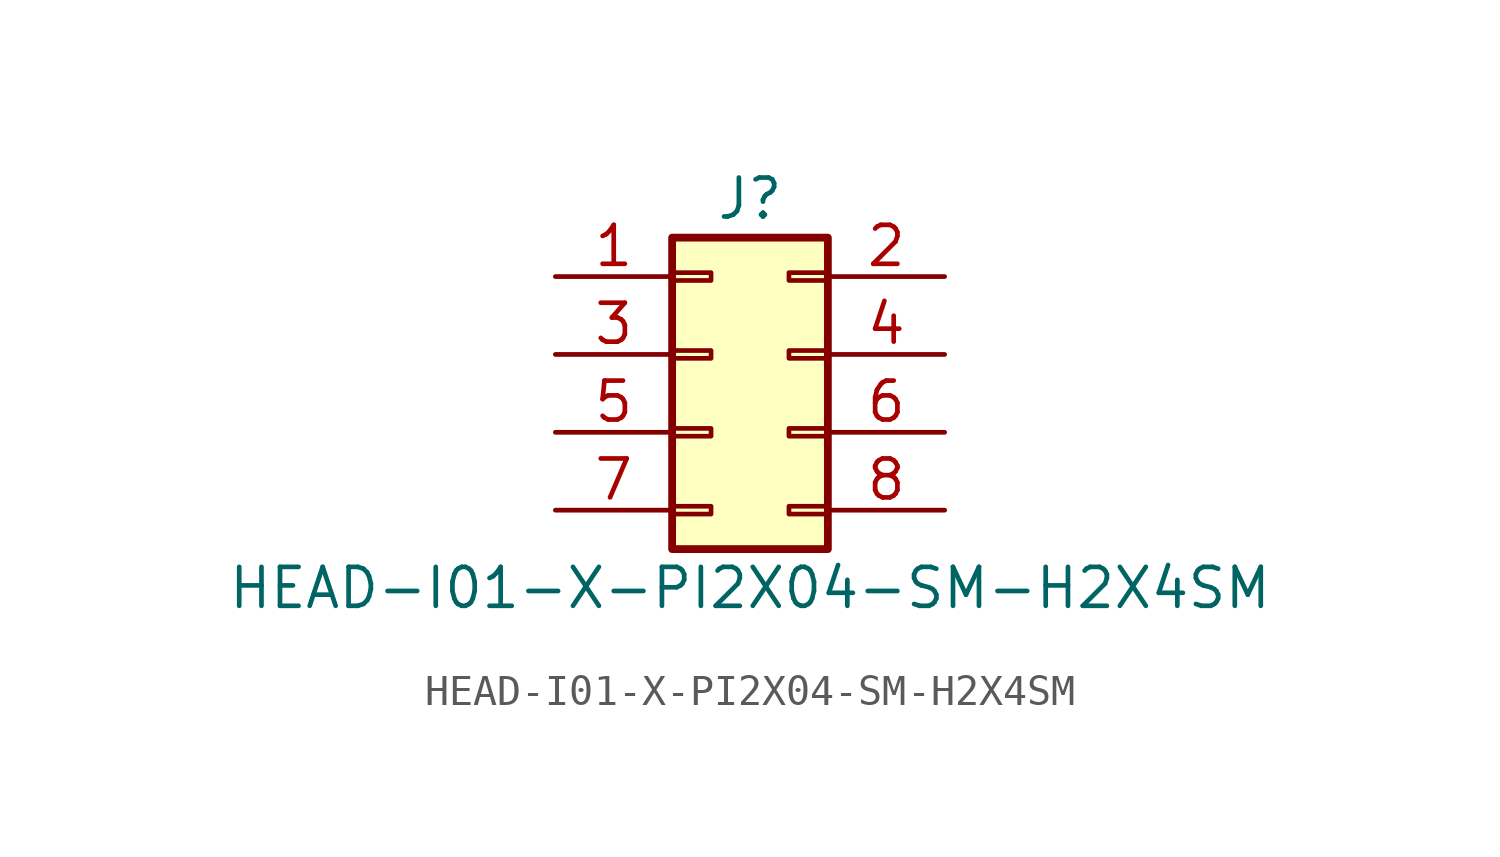
<source format=kicad_sym>
(kicad_symbol_lib
  (version 20211014)
  (generator kicad_symbol_editor)
  (symbol "HEAD-I01-X-PI2X04-SM-H2X4SM"
    (pin_names
      (offset 1.016) hide)
    (property "Reference" "J"
      (at 1.27 5.08 0)
      (effects (font (size 1.27 1.27))))
    (property "Value" "HEAD-I01-X-PI2X04-SM-H2X4SM"
      (at 1.27 -7.62 0)
      (effects (font (size 1.27 1.27))))
    (symbol "HEAD-I01-X-PI2X04-SM-H2X4SM_1_1"
      (rectangle (start -1.27 -4.953) (end 0 -5.207) (stroke (width 0.152) (type default) (color 0 0 0 0)) (fill (type none)))
      (rectangle (start -1.27 -2.413) (end 0 -2.667) (stroke (width 0.152) (type default) (color 0 0 0 0)) (fill (type none)))
      (rectangle (start -1.27 0.127) (end 0 -0.127) (stroke (width 0.152) (type default) (color 0 0 0 0)) (fill (type none)))
      (rectangle (start -1.27 2.667) (end 0 2.413) (stroke (width 0.152) (type default) (color 0 0 0 0)) (fill (type none)))
      (rectangle (start -1.27 3.81) (end 3.81 -6.35) (stroke (width 0.254) (type default) (color 0 0 0 0)) (fill (type background)))
      (rectangle (start 3.81 -4.953) (end 2.54 -5.207) (stroke (width 0.152) (type default) (color 0 0 0 0)) (fill (type none)))
      (rectangle (start 3.81 -2.413) (end 2.54 -2.667) (stroke (width 0.152) (type default) (color 0 0 0 0)) (fill (type none)))
      (rectangle (start 3.81 0.127) (end 2.54 -0.127) (stroke (width 0.152) (type default) (color 0 0 0 0)) (fill (type none)))
      (rectangle (start 3.81 2.667) (end 2.54 2.413) (stroke (width 0.152) (type default) (color 0 0 0 0)) (fill (type none)))
      (pin passive line (at -5.08 2.54 0) (length 3.81) (name "Pin_1" (effects (font (size 1.27 1.27)))) (number "1" (effects (font (size 1.27 1.27)))))
      (pin passive line (at 7.62 2.54 180) (length 3.81) (name "Pin_2" (effects (font (size 1.27 1.27)))) (number "2" (effects (font (size 1.27 1.27)))))
      (pin passive line (at -5.08 0 0) (length 3.81) (name "Pin_3" (effects (font (size 1.27 1.27)))) (number "3" (effects (font (size 1.27 1.27)))))
      (pin passive line (at 7.62 0 180) (length 3.81) (name "Pin_4" (effects (font (size 1.27 1.27)))) (number "4" (effects (font (size 1.27 1.27)))))
      (pin passive line (at -5.08 -2.54 0) (length 3.81) (name "Pin_5" (effects (font (size 1.27 1.27)))) (number "5" (effects (font (size 1.27 1.27)))))
      (pin passive line (at 7.62 -2.54 180) (length 3.81) (name "Pin_6" (effects (font (size 1.27 1.27)))) (number "6" (effects (font (size 1.27 1.27)))))
      (pin passive line (at -5.08 -5.08 0) (length 3.81) (name "Pin_7" (effects (font (size 1.27 1.27)))) (number "7" (effects (font (size 1.27 1.27)))))
      (pin passive line (at 7.62 -5.08 180) (length 3.81) (name "Pin_8" (effects (font (size 1.27 1.27)))) (number "8" (effects (font (size 1.27 1.27))))))))
</source>
